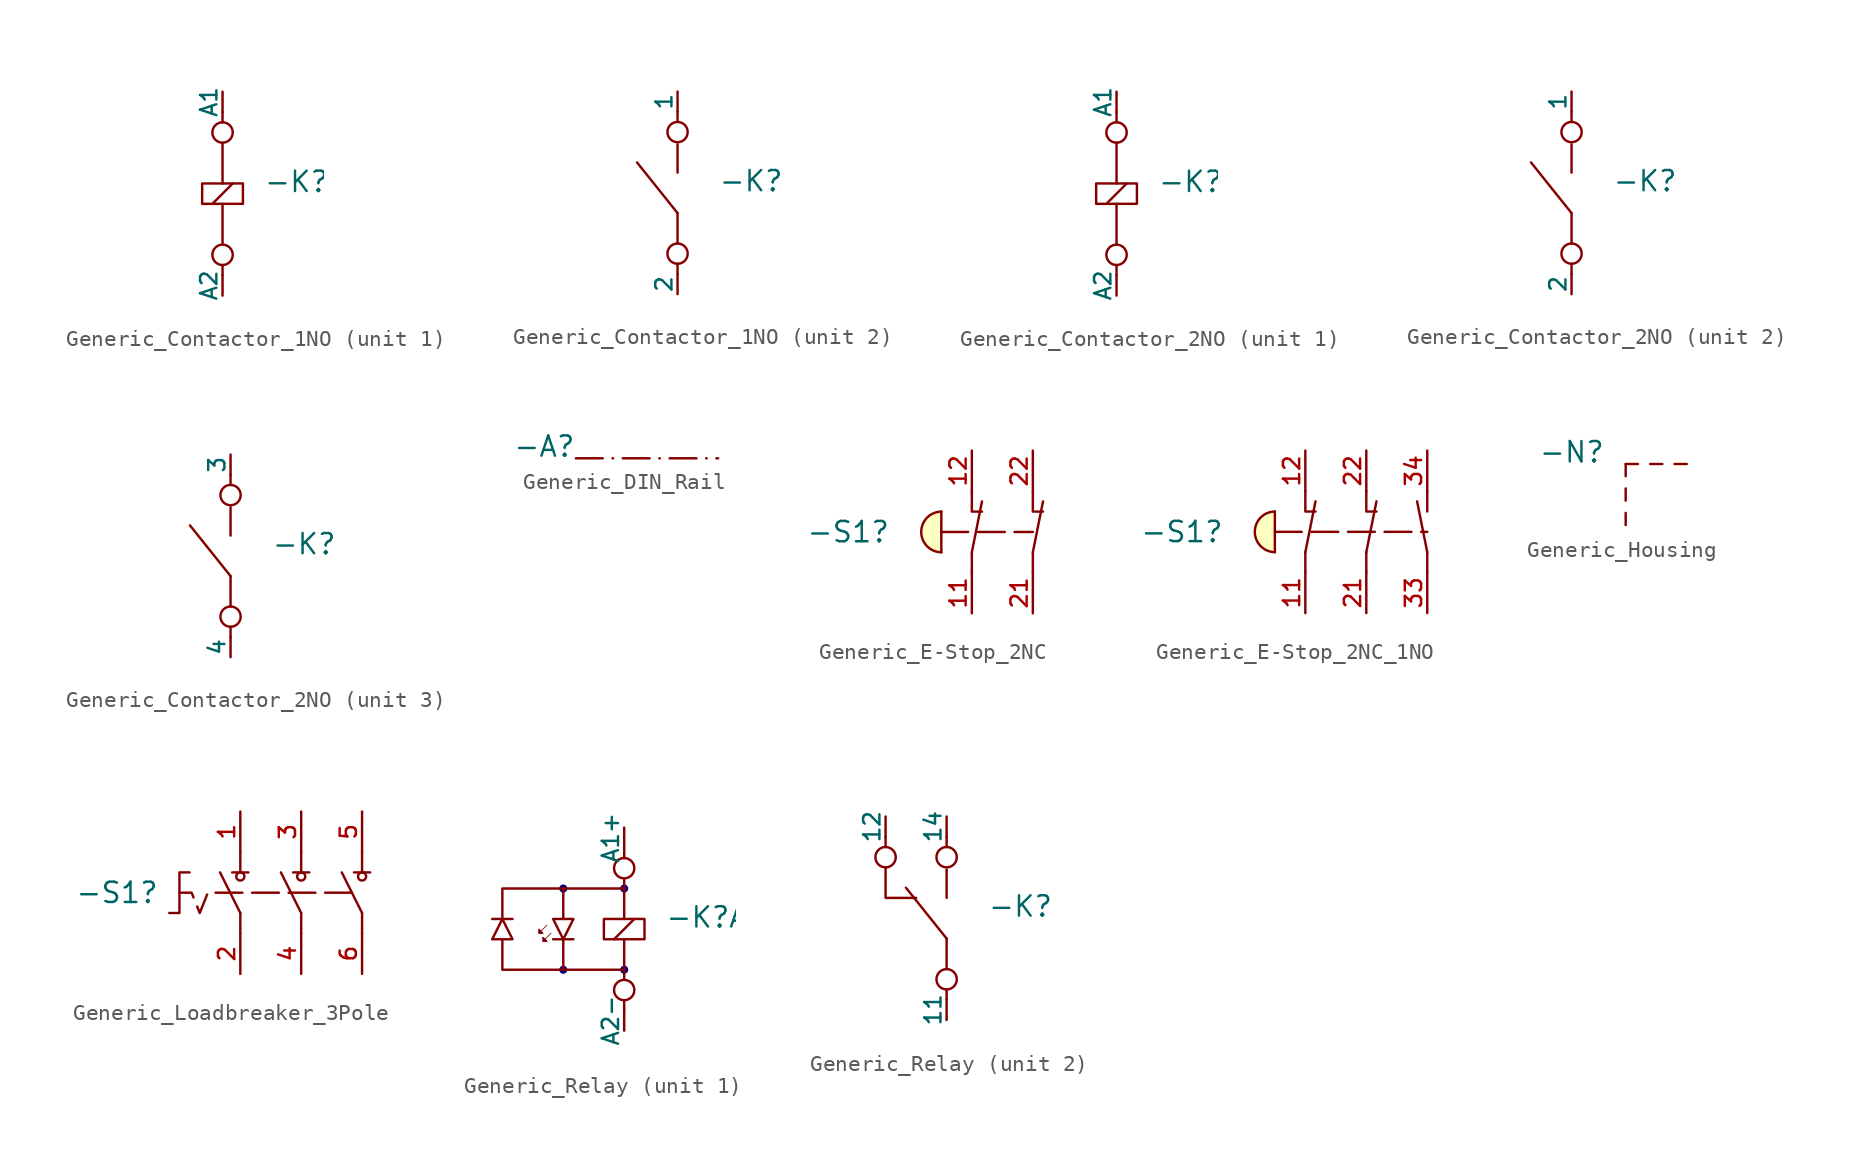
<source format=kicad_sym>
(kicad_symbol_lib
  (version 20231120)
  (generator "kicad_symbol_editor")
  (generator_version "8.0")
  (symbol "Generic_Contactor_1NO"
    (pin_numbers hide)
    (pin_names
      (offset 0))
    (property "Reference" "-K"
      (at 2.54 0 0)
      (effects (font (size 1.27 1.27)) (justify left bottom)))
    (property "Value" ""
      (at 2.54 -0.635 0)
      (effects (font (size 1.016 1.016)) (justify left top)))
    (property "ki_locked" ""
      (at 0 0 0)
      (effects (font (size 1.27 1.27))))
    (symbol "Generic_Contactor_1NO_1_1"
      (rectangle (start -1.27 0.635) (end 1.27 -0.635) (stroke (width 0) (type default)) (fill (type none)))
      (circle (center 0 -3.81) (radius 0.635) (stroke (width 0) (type default)) (fill (type none)))
      (polyline (pts (xy -0.635 -0.635) (xy 0.635 0.635)) (stroke (width 0) (type default)) (fill (type none)))
      (polyline (pts (xy 0 -5.08) (xy 0 -4.445)) (stroke (width 0) (type default)) (fill (type none)))
      (polyline (pts (xy 0 -0.635) (xy 0 -3.175)) (stroke (width 0) (type default)) (fill (type none)))
      (polyline (pts (xy 0 0.635) (xy 0 3.175)) (stroke (width 0) (type default)) (fill (type none)))
      (polyline (pts (xy 0 4.445) (xy 0 5.08)) (stroke (width 0) (type default)) (fill (type none)))
      (circle (center 0 3.81) (radius 0.635) (stroke (width 0) (type default)) (fill (type none)))
      (pin passive line (at 0 6.35 270) (length 1.27) (name "A1" (effects (font (size 1.016 1.016)))) (number "1" (effects (font (size 1.016 1.016)))))
      (pin passive line (at 0 -6.35 90) (length 1.27) (name "A2" (effects (font (size 1.016 1.016)))) (number "2" (effects (font (size 1.016 1.016))))))
    (symbol "Generic_Contactor_1NO_2_1"
      (circle (center 0 -3.81) (radius 0.635) (stroke (width 0) (type default)) (fill (type none)))
      (polyline (pts (xy 0 -5.08) (xy 0 -4.445)) (stroke (width 0) (type default)) (fill (type none)))
      (polyline (pts (xy 0 -3.175) (xy 0 -1.27)) (stroke (width 0) (type default)) (fill (type none)))
      (polyline (pts (xy 0 -1.27) (xy -2.54 1.905)) (stroke (width 0) (type default)) (fill (type none)))
      (polyline (pts (xy 0 1.27) (xy 0 3.048)) (stroke (width 0) (type default)) (fill (type none)))
      (polyline (pts (xy 0 4.445) (xy 0 5.08)) (stroke (width 0) (type default)) (fill (type none)))
      (circle (center 0 3.81) (radius 0.635) (stroke (width 0) (type default)) (fill (type none)))
      (pin passive line (at 0 6.35 270) (length 1.27) (name "1" (effects (font (size 1.016 1.016)))) (number "1" (effects (font (size 1.016 1.016)))))
      (pin passive line (at 0 -6.35 90) (length 1.27) (name "2" (effects (font (size 1.016 1.016)))) (number "2" (effects (font (size 1.016 1.016)))))))
  (symbol "Generic_Contactor_2NO"
    (pin_numbers hide)
    (pin_names
      (offset 0))
    (property "Reference" "-K"
      (at 2.54 0 0)
      (effects (font (size 1.27 1.27)) (justify left bottom)))
    (property "Value" ""
      (at 2.54 -0.635 0)
      (effects (font (size 1.016 1.016)) (justify left top)))
    (property "ki_locked" ""
      (at 0 0 0)
      (effects (font (size 1.27 1.27))))
    (symbol "Generic_Contactor_2NO_1_1"
      (rectangle (start -1.27 0.635) (end 1.27 -0.635) (stroke (width 0) (type default)) (fill (type none)))
      (circle (center 0 -3.81) (radius 0.635) (stroke (width 0) (type default)) (fill (type none)))
      (polyline (pts (xy -0.635 -0.635) (xy 0.635 0.635)) (stroke (width 0) (type default)) (fill (type none)))
      (polyline (pts (xy 0 -5.08) (xy 0 -4.445)) (stroke (width 0) (type default)) (fill (type none)))
      (polyline (pts (xy 0 -0.635) (xy 0 -3.175)) (stroke (width 0) (type default)) (fill (type none)))
      (polyline (pts (xy 0 0.635) (xy 0 3.175)) (stroke (width 0) (type default)) (fill (type none)))
      (polyline (pts (xy 0 4.445) (xy 0 5.08)) (stroke (width 0) (type default)) (fill (type none)))
      (circle (center 0 3.81) (radius 0.635) (stroke (width 0) (type default)) (fill (type none)))
      (pin passive line (at 0 6.35 270) (length 1.27) (name "A1" (effects (font (size 1.016 1.016)))) (number "1" (effects (font (size 1.016 1.016)))))
      (pin passive line (at 0 -6.35 90) (length 1.27) (name "A2" (effects (font (size 1.016 1.016)))) (number "2" (effects (font (size 1.016 1.016))))))
    (symbol "Generic_Contactor_2NO_2_1"
      (circle (center 0 -3.81) (radius 0.635) (stroke (width 0) (type default)) (fill (type none)))
      (polyline (pts (xy 0 -5.08) (xy 0 -4.445)) (stroke (width 0) (type default)) (fill (type none)))
      (polyline (pts (xy 0 -3.175) (xy 0 -1.27)) (stroke (width 0) (type default)) (fill (type none)))
      (polyline (pts (xy 0 -1.27) (xy -2.54 1.905)) (stroke (width 0) (type default)) (fill (type none)))
      (polyline (pts (xy 0 1.27) (xy 0 3.048)) (stroke (width 0) (type default)) (fill (type none)))
      (polyline (pts (xy 0 4.445) (xy 0 5.08)) (stroke (width 0) (type default)) (fill (type none)))
      (circle (center 0 3.81) (radius 0.635) (stroke (width 0) (type default)) (fill (type none)))
      (pin passive line (at 0 6.35 270) (length 1.27) (name "1" (effects (font (size 1.016 1.016)))) (number "1" (effects (font (size 1.016 1.016)))))
      (pin passive line (at 0 -6.35 90) (length 1.27) (name "2" (effects (font (size 1.016 1.016)))) (number "2" (effects (font (size 1.016 1.016))))))
    (symbol "Generic_Contactor_2NO_3_1"
      (circle (center 0 -3.81) (radius 0.635) (stroke (width 0) (type default)) (fill (type none)))
      (polyline (pts (xy 0 -5.08) (xy 0 -4.445)) (stroke (width 0) (type default)) (fill (type none)))
      (polyline (pts (xy 0 -3.175) (xy 0 -1.27)) (stroke (width 0) (type default)) (fill (type none)))
      (polyline (pts (xy 0 -1.27) (xy -2.54 1.905)) (stroke (width 0) (type default)) (fill (type none)))
      (polyline (pts (xy 0 1.27) (xy 0 3.048)) (stroke (width 0) (type default)) (fill (type none)))
      (polyline (pts (xy 0 4.445) (xy 0 5.08)) (stroke (width 0) (type default)) (fill (type none)))
      (circle (center 0 3.81) (radius 0.635) (stroke (width 0) (type default)) (fill (type none)))
      (pin passive line (at 0 6.35 270) (length 1.27) (name "3" (effects (font (size 1.016 1.016)))) (number "1" (effects (font (size 1.016 1.016)))))
      (pin passive line (at 0 -6.35 90) (length 1.27) (name "4" (effects (font (size 1.016 1.016)))) (number "2" (effects (font (size 1.016 1.016)))))))
  (symbol "Generic_DIN_Rail"
    (pin_numbers hide)
    (pin_names hide)
    (property "Reference" "-A"
      (at 0 0 0)
      (effects (font (size 1.27 1.27)) (justify right bottom)))
    (symbol "Generic_DIN_Rail_1_0"
      (polyline (pts (xy 0 0) (xy 8.89 0)) (stroke (width 0) (type dash_dot)) (fill (type none)))))
  (symbol "Generic_E-Stop_2NC"
    (pin_names hide)
    (property "Reference" "-S1"
      (at -8.89 0 0)
      (effects (font (size 1.27 1.27)) (justify right)))
    (symbol "Generic_E-Stop_2NC_0_1"
      (arc (start -5.715 1.27) (mid -6.9692 0) (end -5.715 -1.27) (stroke (width 0) (type default)) (fill (type background)))
      (polyline (pts (xy -5.715 -1.27) (xy -5.715 1.27)) (stroke (width 0) (type default)) (fill (type none)))
      (polyline (pts (xy -3.81 -2.54) (xy -3.81 -1.27)) (stroke (width 0) (type default)) (fill (type none)))
      (polyline (pts (xy -3.81 -1.27) (xy -3.175 1.905)) (stroke (width 0) (type default)) (fill (type none)))
      (polyline (pts (xy 0 -2.54) (xy 0 -1.27)) (stroke (width 0) (type default)) (fill (type none)))
      (polyline (pts (xy 0 -1.27) (xy 0.635 1.905)) (stroke (width 0) (type default)) (fill (type none)))
      (polyline (pts (xy -3.81 2.54) (xy -3.81 1.27) (xy -3.175 1.27)) (stroke (width 0) (type default)) (fill (type none)))
      (polyline (pts (xy 0 2.54) (xy 0 1.27) (xy 0.635 1.27)) (stroke (width 0) (type default)) (fill (type none))))
    (symbol "Generic_E-Stop_2NC_1_1"
      (polyline (pts (xy -5.715 0) (xy 0 0)) (stroke (width 0) (type dash)) (fill (type none)))
      (pin passive line (at -3.81 -5.08 90) (length 2.54) (name "11" (effects (font (size 1.016 1.016)))) (number "11" (effects (font (size 1.016 1.016)))))
      (pin passive line (at -3.81 5.08 270) (length 2.54) (name "12" (effects (font (size 1.016 1.016)))) (number "12" (effects (font (size 1.016 1.016)))))
      (pin passive line (at 0 -5.08 90) (length 2.54) (name "21" (effects (font (size 1.016 1.016)))) (number "21" (effects (font (size 1.016 1.016)))))
      (pin passive line (at 0 5.08 270) (length 2.54) (name "22" (effects (font (size 1.016 1.016)))) (number "22" (effects (font (size 1.016 1.016)))))))
  (symbol "Generic_E-Stop_2NC_1NO"
    (pin_names hide)
    (property "Reference" "-S1"
      (at -8.89 0 0)
      (effects (font (size 1.27 1.27)) (justify right)))
    (symbol "Generic_E-Stop_2NC_1NO_0_1"
      (arc (start -5.715 1.27) (mid -6.9692 0) (end -5.715 -1.27) (stroke (width 0) (type default)) (fill (type background)))
      (polyline (pts (xy -5.715 -1.27) (xy -5.715 1.27)) (stroke (width 0) (type default)) (fill (type none)))
      (polyline (pts (xy -3.81 -2.54) (xy -3.81 -1.27)) (stroke (width 0) (type default)) (fill (type none)))
      (polyline (pts (xy -3.81 -1.27) (xy -3.175 1.905)) (stroke (width 0) (type default)) (fill (type none)))
      (polyline (pts (xy 0 -2.54) (xy 0 -1.27)) (stroke (width 0) (type default)) (fill (type none)))
      (polyline (pts (xy 0 -1.27) (xy 0.635 1.905)) (stroke (width 0) (type default)) (fill (type none)))
      (polyline (pts (xy 3.81 -2.54) (xy 3.81 -1.27)) (stroke (width 0) (type default)) (fill (type none)))
      (polyline (pts (xy 3.81 -1.27) (xy 3.175 1.905)) (stroke (width 0) (type default)) (fill (type none)))
      (polyline (pts (xy 3.81 2.54) (xy 3.81 1.27)) (stroke (width 0) (type default)) (fill (type none)))
      (polyline (pts (xy -3.81 2.54) (xy -3.81 1.27) (xy -3.175 1.27)) (stroke (width 0) (type default)) (fill (type none)))
      (polyline (pts (xy 0 2.54) (xy 0 1.27) (xy 0.635 1.27)) (stroke (width 0) (type default)) (fill (type none))))
    (symbol "Generic_E-Stop_2NC_1NO_1_1"
      (polyline (pts (xy -5.715 0) (xy 3.81 0)) (stroke (width 0) (type dash)) (fill (type none)))
      (pin passive line (at -3.81 -5.08 90) (length 2.54) (name "11" (effects (font (size 1.016 1.016)))) (number "11" (effects (font (size 1.016 1.016)))))
      (pin passive line (at -3.81 5.08 270) (length 2.54) (name "12" (effects (font (size 1.016 1.016)))) (number "12" (effects (font (size 1.016 1.016)))))
      (pin passive line (at 0 -5.08 90) (length 2.54) (name "21" (effects (font (size 1.016 1.016)))) (number "21" (effects (font (size 1.016 1.016)))))
      (pin passive line (at 0 5.08 270) (length 2.54) (name "22" (effects (font (size 1.016 1.016)))) (number "22" (effects (font (size 1.016 1.016)))))
      (pin passive line (at 3.81 -5.08 90) (length 2.54) (name "33" (effects (font (size 1.016 1.016)))) (number "33" (effects (font (size 1.016 1.016)))))
      (pin passive line (at 3.81 5.08 270) (length 2.54) (name "34" (effects (font (size 1.016 1.016)))) (number "34" (effects (font (size 1.016 1.016)))))))
  (symbol "Generic_Housing"
    (pin_numbers hide)
    (pin_names hide)
    (property "Reference" "-N"
      (at -1.27 0 0)
      (effects (font (size 1.27 1.27)) (justify right bottom)))
    (symbol "Generic_Housing_0_1"
      (polyline (pts (xy 0 -3.81) (xy 0 -3.048)) (stroke (width 0) (type default)) (fill (type none)))
      (polyline (pts (xy 0 -2.286) (xy 0 -1.524)) (stroke (width 0) (type default)) (fill (type none)))
      (polyline (pts (xy 0 0) (xy 0 -0.762)) (stroke (width 0) (type default)) (fill (type none)))
      (polyline (pts (xy 0 0) (xy 0.762 0)) (stroke (width 0) (type default)) (fill (type none)))
      (polyline (pts (xy 1.524 0) (xy 2.286 0)) (stroke (width 0) (type default)) (fill (type none)))
      (polyline (pts (xy 3.048 0) (xy 3.81 0)) (stroke (width 0) (type default)) (fill (type none)))))
  (symbol "Generic_Loadbreaker_3Pole"
    (pin_names hide)
    (property "Reference" "-S1"
      (at -5.08 0 0)
      (effects (font (size 1.27 1.27)) (justify right)))
    (symbol "Generic_Loadbreaker_3Pole_0_1"
      (polyline (pts (xy -0.508 1.27) (xy 0.508 1.27)) (stroke (width 0) (type default)) (fill (type none)))
      (polyline (pts (xy 0 -2.54) (xy 0 -1.27)) (stroke (width 0) (type default)) (fill (type none)))
      (polyline (pts (xy 0 -1.27) (xy -1.27 1.27)) (stroke (width 0) (type default)) (fill (type none)))
      (polyline (pts (xy 0 2.54) (xy 0 1.27)) (stroke (width 0) (type default)) (fill (type none)))
      (polyline (pts (xy 3.302 1.27) (xy 4.318 1.27)) (stroke (width 0) (type default)) (fill (type none)))
      (polyline (pts (xy 3.81 -2.54) (xy 3.81 -1.27)) (stroke (width 0) (type default)) (fill (type none)))
      (polyline (pts (xy 3.81 -1.27) (xy 2.54 1.27)) (stroke (width 0) (type default)) (fill (type none)))
      (polyline (pts (xy 3.81 2.54) (xy 3.81 1.27)) (stroke (width 0) (type default)) (fill (type none)))
      (polyline (pts (xy 7.112 1.27) (xy 8.128 1.27)) (stroke (width 0) (type default)) (fill (type none)))
      (polyline (pts (xy 7.62 -2.54) (xy 7.62 -1.27)) (stroke (width 0) (type default)) (fill (type none)))
      (polyline (pts (xy 7.62 -1.27) (xy 6.35 1.27)) (stroke (width 0) (type default)) (fill (type none)))
      (polyline (pts (xy 7.62 2.54) (xy 7.62 1.27)) (stroke (width 0) (type default)) (fill (type none)))
      (polyline (pts (xy -4.445 -1.27) (xy -3.81 -1.27) (xy -3.81 1.27) (xy -3.175 1.27)) (stroke (width 0) (type default)) (fill (type none))))
    (symbol "Generic_Loadbreaker_3Pole_1_1"
      (polyline (pts (xy 6.985 0) (xy -2.032 0) (xy -2.54 -1.27) (xy -3.048 0) (xy -3.81 0)) (stroke (width 0) (type dash)) (fill (type none)))
      (circle (center 0 1.016) (radius 0.254) (stroke (width 0) (type default)) (fill (type none)))
      (circle (center 3.81 1.016) (radius 0.254) (stroke (width 0) (type default)) (fill (type none)))
      (circle (center 7.62 1.016) (radius 0.254) (stroke (width 0) (type default)) (fill (type none)))
      (pin passive line (at 0 5.08 270) (length 2.54) (name "1" (effects (font (size 1.016 1.016)))) (number "1" (effects (font (size 1.016 1.016)))))
      (pin passive line (at 0 -5.08 90) (length 2.54) (name "2" (effects (font (size 1.016 1.016)))) (number "2" (effects (font (size 1.016 1.016)))))
      (pin passive line (at 3.81 5.08 270) (length 2.54) (name "3" (effects (font (size 1.016 1.016)))) (number "3" (effects (font (size 1.016 1.016)))))
      (pin passive line (at 3.81 -5.08 90) (length 2.54) (name "4" (effects (font (size 1.016 1.016)))) (number "4" (effects (font (size 1.016 1.016)))))
      (pin passive line (at 7.62 5.08 270) (length 2.54) (name "5" (effects (font (size 1.016 1.016)))) (number "5" (effects (font (size 1.016 1.016)))))
      (pin passive line (at 7.62 -5.08 90) (length 2.54) (name "6" (effects (font (size 1.016 1.016)))) (number "6" (effects (font (size 1.016 1.016)))))))
  (symbol "Generic_Relay"
    (pin_numbers hide)
    (pin_names
      (offset 0))
    (property "Reference" "-K"
      (at 2.54 0 0)
      (effects (font (size 1.27 1.27)) (justify left bottom)))
    (property "Value" ""
      (at 2.54 -0.635 0)
      (effects (font (size 1.016 1.016)) (justify left top)))
    (property "ki_locked" ""
      (at 0 0 0)
      (effects (font (size 1.27 1.27))))
    (symbol "Generic_Relay_1_1"
      (circle (center -3.81 -2.54) (radius 0.254) (stroke (width -0.0001) (type default)) (fill (type color) (color 0 0 132 1)))
      (circle (center -3.81 2.54) (radius 0.254) (stroke (width -0.0001) (type default)) (fill (type color) (color 0 0 132 1)))
      (rectangle (start -1.27 0.635) (end 1.27 -0.635) (stroke (width 0) (type default)) (fill (type none)))
      (circle (center 0 -3.81) (radius 0.635) (stroke (width 0) (type default)) (fill (type none)))
      (circle (center 0 -2.54) (radius 0.254) (stroke (width -0.0001) (type default)) (fill (type color) (color 0 0 132 1)))
      (polyline (pts (xy -6.985 0.635) (xy -8.255 0.635)) (stroke (width 0) (type default)) (fill (type none)))
      (polyline (pts (xy -4.826 0.254) (xy -5.334 -0.254)) (stroke (width 0.051) (type default)) (fill (type none)))
      (polyline (pts (xy -4.572 -0.254) (xy -5.08 -0.762)) (stroke (width 0.051) (type default)) (fill (type none)))
      (polyline (pts (xy -4.445 -0.635) (xy -3.175 -0.635)) (stroke (width 0) (type default)) (fill (type none)))
      (polyline (pts (xy -0.635 -0.635) (xy 0.635 0.635)) (stroke (width 0) (type default)) (fill (type none)))
      (polyline (pts (xy 0 -5.08) (xy 0 -4.445)) (stroke (width 0) (type default)) (fill (type none)))
      (polyline (pts (xy 0 -0.635) (xy 0 -3.175)) (stroke (width 0) (type default)) (fill (type none)))
      (polyline (pts (xy 0 0.635) (xy 0 3.175)) (stroke (width 0) (type default)) (fill (type none)))
      (polyline (pts (xy 0 4.445) (xy 0 5.08)) (stroke (width 0) (type default)) (fill (type none)))
      (polyline (pts (xy -3.81 -2.54) (xy -7.62 -2.54) (xy -7.62 -0.635)) (stroke (width 0) (type default)) (fill (type none)))
      (polyline (pts (xy -3.81 2.54) (xy -7.62 2.54) (xy -7.62 0.635)) (stroke (width 0) (type default)) (fill (type none)))
      (polyline (pts (xy 0 -2.54) (xy -3.81 -2.54) (xy -3.81 -0.635)) (stroke (width 0) (type default)) (fill (type none)))
      (polyline (pts (xy 0 2.54) (xy -3.81 2.54) (xy -3.81 0.635)) (stroke (width 0) (type default)) (fill (type none)))
      (polyline (pts (xy -6.985 -0.635) (xy -8.255 -0.635) (xy -7.62 0.635) (xy -6.985 -0.635)) (stroke (width 0) (type default)) (fill (type none)))
      (polyline (pts (xy -5.08 -0.254) (xy -5.334 0) (xy -5.334 -0.254) (xy -5.08 -0.254)) (stroke (width 0.051) (type default)) (fill (type color) (color 0 0 132 1)))
      (polyline (pts (xy -5.08 -0.254) (xy -5.334 0) (xy -5.334 -0.254) (xy -5.08 -0.254)) (stroke (width 0.051) (type default)) (fill (type color) (color 0 0 132 1)))
      (polyline (pts (xy -4.826 -0.762) (xy -5.08 -0.508) (xy -5.08 -0.762) (xy -4.826 -0.762)) (stroke (width 0.051) (type default)) (fill (type color) (color 0 0 132 1)))
      (polyline (pts (xy -4.826 -0.762) (xy -5.08 -0.508) (xy -5.08 -0.762) (xy -4.826 -0.762)) (stroke (width 0.051) (type default)) (fill (type color) (color 0 0 132 1)))
      (polyline (pts (xy -4.445 0.635) (xy -3.175 0.635) (xy -3.81 -0.635) (xy -4.445 0.635)) (stroke (width 0) (type default)) (fill (type none)))
      (circle (center 0 2.54) (radius 0.254) (stroke (width -0.0001) (type default)) (fill (type color) (color 0 0 132 1)))
      (circle (center 0 3.81) (radius 0.635) (stroke (width 0) (type default)) (fill (type none)))
      (pin passive line (at 0 6.35 270) (length 1.27) (name "A1+" (effects (font (size 1.016 1.016)))) (number "1" (effects (font (size 1.016 1.016)))))
      (pin passive line (at 0 -6.35 90) (length 1.27) (name "A2-" (effects (font (size 1.016 1.016)))) (number "2" (effects (font (size 1.016 1.016))))))
    (symbol "Generic_Relay_2_1"
      (circle (center -3.81 3.81) (radius 0.635) (stroke (width 0) (type default)) (fill (type none)))
      (circle (center 0 -3.81) (radius 0.635) (stroke (width 0) (type default)) (fill (type none)))
      (polyline (pts (xy -3.81 4.445) (xy -3.81 5.08)) (stroke (width 0) (type default)) (fill (type none)))
      (polyline (pts (xy 0 -5.08) (xy 0 -4.445)) (stroke (width 0) (type default)) (fill (type none)))
      (polyline (pts (xy 0 -3.175) (xy 0 -1.27)) (stroke (width 0) (type default)) (fill (type none)))
      (polyline (pts (xy 0 -1.27) (xy -2.54 1.905)) (stroke (width 0) (type default)) (fill (type none)))
      (polyline (pts (xy 0 1.27) (xy 0 3.048)) (stroke (width 0) (type default)) (fill (type none)))
      (polyline (pts (xy 0 4.445) (xy 0 5.08)) (stroke (width 0) (type default)) (fill (type none)))
      (polyline (pts (xy -1.905 1.27) (xy -3.81 1.27) (xy -3.81 3.175)) (stroke (width 0) (type default)) (fill (type none)))
      (circle (center 0 3.81) (radius 0.635) (stroke (width 0) (type default)) (fill (type none)))
      (pin passive line (at 0 -6.35 90) (length 1.27) (name "11" (effects (font (size 1.016 1.016)))) (number "11" (effects (font (size 1.016 1.016)))))
      (pin passive line (at -3.81 6.35 270) (length 1.27) (name "12" (effects (font (size 1.016 1.016)))) (number "12" (effects (font (size 1.016 1.016)))))
      (pin passive line (at 0 6.35 270) (length 1.27) (name "14" (effects (font (size 1.016 1.016)))) (number "14" (effects (font (size 1.016 1.016))))))))
</source>
